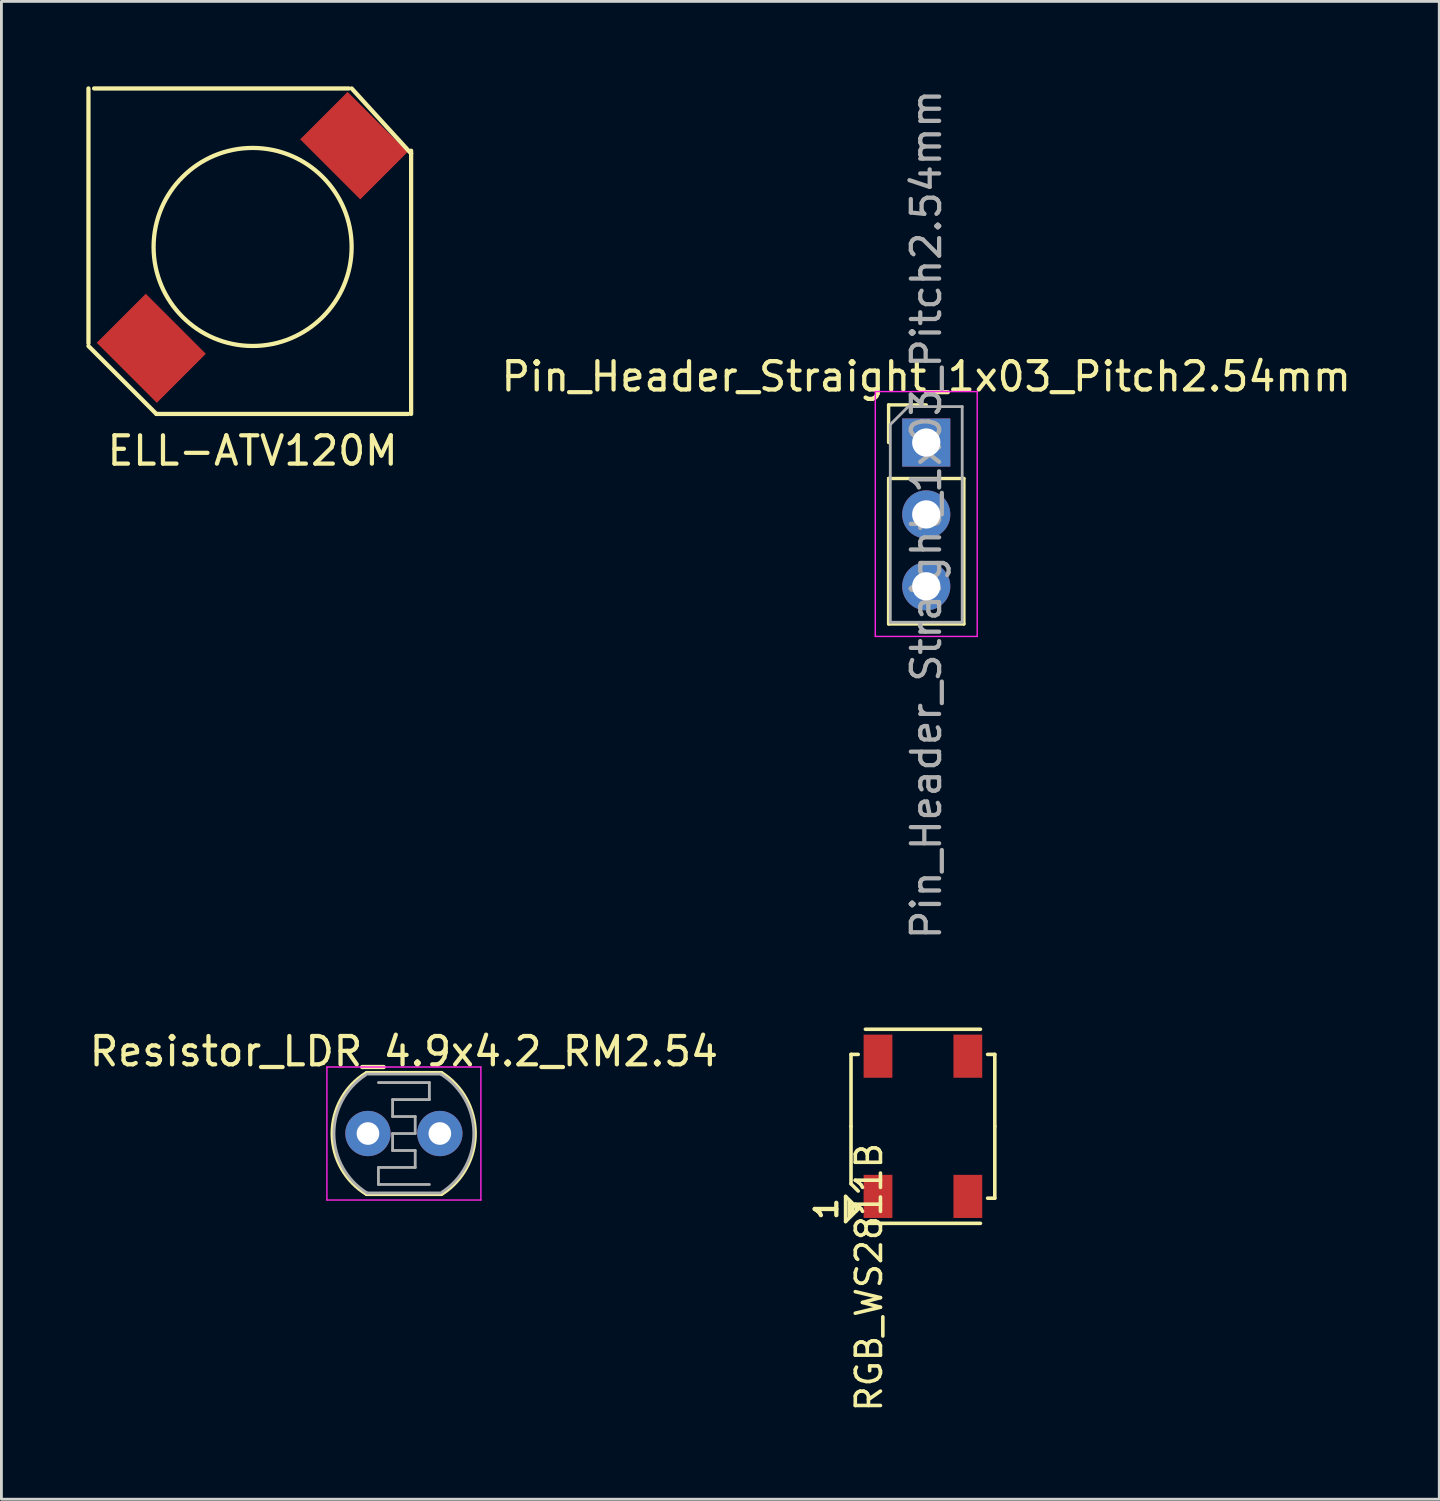
<source format=kicad_pcb>
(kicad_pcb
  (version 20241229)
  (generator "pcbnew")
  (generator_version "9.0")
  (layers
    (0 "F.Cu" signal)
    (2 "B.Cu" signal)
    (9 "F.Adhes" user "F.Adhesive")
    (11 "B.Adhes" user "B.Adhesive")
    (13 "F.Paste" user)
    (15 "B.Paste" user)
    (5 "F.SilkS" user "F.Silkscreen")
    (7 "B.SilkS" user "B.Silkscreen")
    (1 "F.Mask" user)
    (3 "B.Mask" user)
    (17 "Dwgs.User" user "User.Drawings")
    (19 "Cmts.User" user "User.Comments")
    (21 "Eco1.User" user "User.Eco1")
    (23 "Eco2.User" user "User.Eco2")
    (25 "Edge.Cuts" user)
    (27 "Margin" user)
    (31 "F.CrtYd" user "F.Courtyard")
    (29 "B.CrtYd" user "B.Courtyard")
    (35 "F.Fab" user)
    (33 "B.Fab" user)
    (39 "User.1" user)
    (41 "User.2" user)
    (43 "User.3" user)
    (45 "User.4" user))
  (footprint "ELL-ATV120M"
    (layer "F.Cu")
    (at 5.875 5.675)
    (property "Reference" "ELL-ATV120M" (at 0 7.2 0) (layer "F.SilkS") (effects (font (size 1 1) (thickness 0.15))))
    (attr through_hole)
    (fp_line (start -5.8 -5.6) (end -5.8 3.4) (stroke (width 0.15) (type solid)) (layer "F.SilkS"))
    (fp_line (start -5.8 3.5) (end -3.4 5.9) (stroke (width 0.15) (type solid)) (layer "F.SilkS"))
    (fp_line (start -3.4 5.9) (end 5.5 5.9) (stroke (width 0.15) (type solid)) (layer "F.SilkS"))
    (fp_line (start 3.4 -5.6) (end -5.6 -5.6) (stroke (width 0.15) (type solid)) (layer "F.SilkS"))
    (fp_line (start 3.5 -5.6) (end 5.6 -3.3) (stroke (width 0.15) (type solid)) (layer "F.SilkS"))
    (fp_line (start 5.6 5.9) (end 5.6 -3.4) (stroke (width 0.15) (type solid)) (layer "F.SilkS"))
    (fp_circle (center 0 0) (end 1.8 -3) (stroke (width 0.15) (type solid)) (fill no) (layer "F.SilkS"))
    (pad "1" smd rect (at -3.58 3.58 45) (size 2.45 3) (layers "F.Cu" "F.Mask" "F.Paste"))
    (pad "2" smd rect (at 3.58 -3.58 45) (size 2.37 3) (layers "F.Cu" "F.Mask" "F.Paste")))
  (footprint "Pin_Header_Straight_1x03_Pitch2.54mm"
    (layer "F.Cu")
    (at 29.675 12.585)
    (property "Reference" "Pin_Header_Straight_1x03_Pitch2.54mm" (at 0 -2.33 0) (layer "F.SilkS") (effects (font (size 1 1) (thickness 0.15))))
    (attr through_hole)
    (fp_line (start -1.33 -1.33) (end 0 -1.33) (stroke (width 0.12) (type solid)) (layer "F.SilkS"))
    (fp_line (start -1.33 0) (end -1.33 -1.33) (stroke (width 0.12) (type solid)) (layer "F.SilkS"))
    (fp_line (start -1.33 1.27) (end -1.33 6.41) (stroke (width 0.12) (type solid)) (layer "F.SilkS"))
    (fp_line (start -1.33 1.27) (end 1.33 1.27) (stroke (width 0.12) (type solid)) (layer "F.SilkS"))
    (fp_line (start -1.33 6.41) (end 1.33 6.41) (stroke (width 0.12) (type solid)) (layer "F.SilkS"))
    (fp_line (start 1.33 1.27) (end 1.33 6.41) (stroke (width 0.12) (type solid)) (layer "F.SilkS"))
    (fp_line (start -1.8 -1.8) (end -1.8 6.85) (stroke (width 0.05) (type solid)) (layer "F.CrtYd"))
    (fp_line (start -1.8 6.85) (end 1.8 6.85) (stroke (width 0.05) (type solid)) (layer "F.CrtYd"))
    (fp_line (start 1.8 -1.8) (end -1.8 -1.8) (stroke (width 0.05) (type solid)) (layer "F.CrtYd"))
    (fp_line (start 1.8 6.85) (end 1.8 -1.8) (stroke (width 0.05) (type solid)) (layer "F.CrtYd"))
    (fp_line (start -1.27 -0.635) (end -0.635 -1.27) (stroke (width 0.1) (type solid)) (layer "F.Fab"))
    (fp_line (start -1.27 6.35) (end -1.27 -0.635) (stroke (width 0.1) (type solid)) (layer "F.Fab"))
    (fp_line (start -0.635 -1.27) (end 1.27 -1.27) (stroke (width 0.1) (type solid)) (layer "F.Fab"))
    (fp_line (start 1.27 -1.27) (end 1.27 6.35) (stroke (width 0.1) (type solid)) (layer "F.Fab"))
    (fp_line (start 1.27 6.35) (end -1.27 6.35) (stroke (width 0.1) (type solid)) (layer "F.Fab"))
    (fp_text user "${REFERENCE}" (at 0 2.54 90) (layer "F.Fab") (effects (font (size 1 1) (thickness 0.15))))
    (pad "1" thru_hole rect (at 0 0) (size 1.7 1.7) (drill 1) (layers "*.Cu" "*.Mask"))
    (pad "2" thru_hole oval (at 0 2.54) (size 1.7 1.7) (drill 1) (layers "*.Cu" "*.Mask"))
    (pad "3" thru_hole oval (at 0 5.08) (size 1.7 1.7) (drill 1) (layers "*.Cu" "*.Mask")))
  (footprint "Resistor_LDR_4.9x4.2_RM2.54"
    (layer "F.Cu")
    (at 9.95 36.998)
    (property "Reference" "Resistor_LDR_4.9x4.2_RM2.54" (at 1.27 -2.9 0) (layer "F.SilkS") (effects (font (size 1 1) (thickness 0.15))))
    (attr through_hole)
    (fp_line (start -0.05 -2.15) (end 2.6 -2.15) (stroke (width 0.12) (type solid)) (layer "F.SilkS"))
    (fp_line (start -0.05 2.15) (end 2.6 2.15) (stroke (width 0.12) (type solid)) (layer "F.SilkS"))
    (fp_arc (start -0.05 2.15) (mid -1.262424 0.01494) (end -0.075476 -2.134388) (stroke (width 0.12) (type solid)) (layer "F.SilkS"))
    (fp_arc (start 2.6 -2.15) (mid 3.788646 -0.016616) (end 2.628027 2.132145) (stroke (width 0.12) (type solid)) (layer "F.SilkS"))
    (fp_line (start -1.45 -2.35) (end -1.45 2.35) (stroke (width 0.05) (type solid)) (layer "F.CrtYd"))
    (fp_line (start -1.45 -2.35) (end 3.99 -2.35) (stroke (width 0.05) (type solid)) (layer "F.CrtYd"))
    (fp_line (start 3.99 2.35) (end -1.45 2.35) (stroke (width 0.05) (type solid)) (layer "F.CrtYd"))
    (fp_line (start 3.99 2.35) (end 3.99 -2.35) (stroke (width 0.05) (type solid)) (layer "F.CrtYd"))
    (fp_line (start -0.03 -2.1) (end 2.57 -2.1) (stroke (width 0.1) (type solid)) (layer "F.Fab"))
    (fp_line (start 0.37 -1.8) (end 2.17 -1.8) (stroke (width 0.1) (type solid)) (layer "F.Fab"))
    (fp_line (start 0.37 1.2) (end 0.37 1.8) (stroke (width 0.1) (type solid)) (layer "F.Fab"))
    (fp_line (start 0.37 1.2) (end 1.67 1.2) (stroke (width 0.1) (type solid)) (layer "F.Fab"))
    (fp_line (start 0.37 1.8) (end 2.17 1.8) (stroke (width 0.1) (type solid)) (layer "F.Fab"))
    (fp_line (start 0.87 -1.2) (end 0.87 -0.6) (stroke (width 0.1) (type solid)) (layer "F.Fab"))
    (fp_line (start 0.87 -1.2) (end 2.17 -1.2) (stroke (width 0.1) (type solid)) (layer "F.Fab"))
    (fp_line (start 0.87 0) (end 0.87 0.6) (stroke (width 0.1) (type solid)) (layer "F.Fab"))
    (fp_line (start 0.87 0) (end 1.67 0) (stroke (width 0.1) (type solid)) (layer "F.Fab"))
    (fp_line (start 1.67 -0.6) (end 0.87 -0.6) (stroke (width 0.1) (type solid)) (layer "F.Fab"))
    (fp_line (start 1.67 -0.6) (end 1.67 0) (stroke (width 0.1) (type solid)) (layer "F.Fab"))
    (fp_line (start 1.67 0.6) (end 0.87 0.6) (stroke (width 0.1) (type solid)) (layer "F.Fab"))
    (fp_line (start 1.67 0.6) (end 1.67 1.2) (stroke (width 0.1) (type solid)) (layer "F.Fab"))
    (fp_line (start 2.17 -1.8) (end 2.17 -1.2) (stroke (width 0.1) (type solid)) (layer "F.Fab"))
    (fp_line (start 2.57 2.1) (end -0.03 2.1) (stroke (width 0.1) (type solid)) (layer "F.Fab"))
    (fp_arc (start -0.03 2.1) (mid -1.199612 0.031921) (end -0.083843 -2.065698) (stroke (width 0.1) (type solid)) (layer "F.Fab"))
    (fp_arc (start 2.57 -2.1) (mid 3.739612 -0.031921) (end 2.623843 2.065698) (stroke (width 0.1) (type solid)) (layer "F.Fab"))
    (pad "1" thru_hole circle (at 0 0) (size 1.6 1.6) (drill 0.8) (layers "*.Cu" "*.Mask"))
    (pad "2" thru_hole circle (at 2.54 0) (size 1.6 1.6) (drill 0.8) (layers "*.Cu" "*.Mask")))
  (footprint "RGB_WS2811B"
    (layer "F.Cu")
    (at 29.557 36.743)
    (property "Reference" "RGB_WS2811B" (at -1.905 5.334 90) (layer "F.SilkS") (effects (font (size 0.889 0.889) (thickness 0.127))))
    (attr through_hole)
    (fp_line (start -2.731 2.477) (end -2.286 2.921) (stroke (width 0.127) (type solid)) (layer "F.SilkS"))
    (fp_line (start -2.731 3.365) (end -2.731 2.477) (stroke (width 0.127) (type solid)) (layer "F.SilkS"))
    (fp_line (start -2.603 2.667) (end -2.603 3.175) (stroke (width 0.127) (type solid)) (layer "F.SilkS"))
    (fp_line (start -2.54 -2.54) (end -2.286 -2.54) (stroke (width 0.127) (type solid)) (layer "F.SilkS"))
    (fp_line (start -2.54 0) (end -2.54 -2.54) (stroke (width 0.127) (type solid)) (layer "F.SilkS"))
    (fp_line (start -2.54 2.032) (end -2.54 0) (stroke (width 0.127) (type solid)) (layer "F.SilkS"))
    (fp_line (start -2.54 2.032) (end -2.286 2.286) (stroke (width 0.127) (type solid)) (layer "F.SilkS"))
    (fp_line (start -2.477 2.794) (end -2.477 3.048) (stroke (width 0.127) (type solid)) (layer "F.SilkS"))
    (fp_line (start -2.349 2.857) (end -2.349 2.985) (stroke (width 0.127) (type solid)) (layer "F.SilkS"))
    (fp_line (start -2.286 2.921) (end -2.731 3.365) (stroke (width 0.127) (type solid)) (layer "F.SilkS"))
    (fp_line (start -2.032 -3.429) (end 2.032 -3.429) (stroke (width 0.127) (type solid)) (layer "F.SilkS"))
    (fp_line (start -2.032 3.429) (end 2.032 3.429) (stroke (width 0.127) (type solid)) (layer "F.SilkS"))
    (fp_line (start 2.54 -2.54) (end 2.286 -2.54) (stroke (width 0.127) (type solid)) (layer "F.SilkS"))
    (fp_line (start 2.54 -2.54) (end 2.54 0) (stroke (width 0.127) (type solid)) (layer "F.SilkS"))
    (fp_line (start 2.54 0) (end 2.54 2.54) (stroke (width 0.127) (type solid)) (layer "F.SilkS"))
    (fp_line (start 2.54 2.54) (end 2.286 2.54) (stroke (width 0.127) (type solid)) (layer "F.SilkS"))
    (fp_text user "1" (at -3.404 2.921 90) (layer "F.SilkS") (effects (font (size 0.762 0.762) (thickness 0.152))))
    (pad "1" smd rect (at 1.587 -2.477) (size 1.016 1.524) (layers "F.Cu" "F.Mask" "F.Paste"))
    (pad "2" smd rect (at -1.587 -2.477) (size 1.016 1.524) (layers "F.Cu" "F.Mask" "F.Paste"))
    (pad "3" smd rect (at -1.587 2.477) (size 1.016 1.524) (layers "F.Cu" "F.Mask" "F.Paste"))
    (pad "4" smd rect (at 1.587 2.477) (size 1.016 1.524) (layers "F.Cu" "F.Mask" "F.Paste")))
  (gr_rect
    (start -3 -3)
    (end 47.8 49.919)
    (stroke (width 0.1) (type default))
    (fill no)
    (layer "Edge.Cuts")))
</source>
